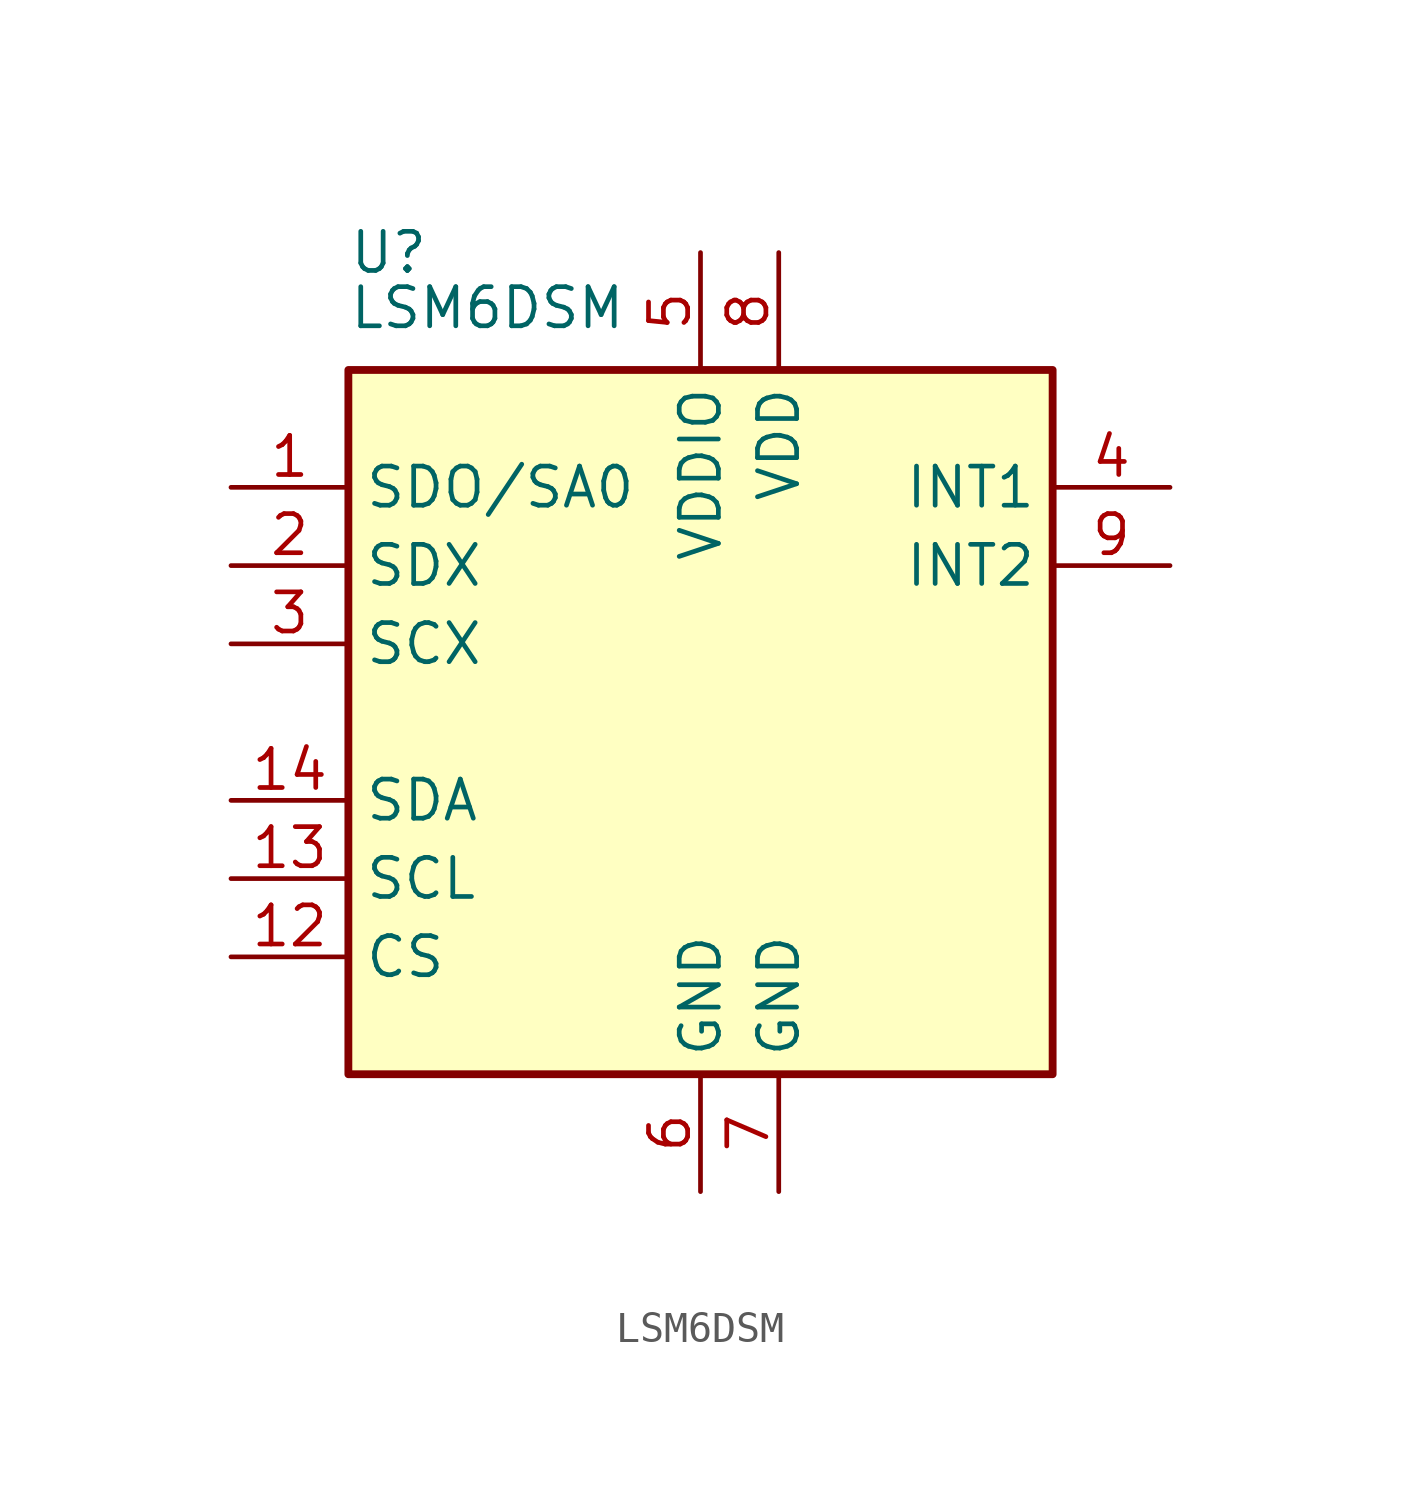
<source format=kicad_sym>
(kicad_symbol_lib
  (version 20201005)
  (generator kicad_symbol_editor)
  (symbol "LSM6DSM:LSM6DSM"
    (property "Reference" "U"
      (at -11.43 15.24 0)
      (effects (font (size 1.27 1.27)) (justify left)))
    (property "Value" "LSM6DSM"
      (at -11.43 12.7 0)
      (effects (font (size 1.27 1.27)) (justify left bottom)))
    (symbol "LSM6DSM_0_1"
      (rectangle (start 11.43 11.43) (end -11.43 -11.43) (stroke (width 0.254)) (fill (type background))))
    (symbol "LSM6DSM_1_1"
      (pin bidirectional line (at -15.24 7.62 0) (length 3.81) (name "SDO/SA0" (effects (font (size 1.27 1.27)))) (number "1" (effects (font (size 1.27 1.27)))))
      (pin no_connect line (at 10.16 -5.08 180) (length 3.81) hide (name "NC" (effects (font (size 1.27 1.27)))) (number "10" (effects (font (size 1.27 1.27)))))
      (pin no_connect line (at 10.16 -2.54 180) (length 3.81) hide (name "NC" (effects (font (size 1.27 1.27)))) (number "11" (effects (font (size 1.27 1.27)))))
      (pin input line (at -15.24 -7.62 0) (length 3.81) (name "CS" (effects (font (size 1.27 1.27)))) (number "12" (effects (font (size 1.27 1.27)))))
      (pin input line (at -15.24 -5.08 0) (length 3.81) (name "SCL" (effects (font (size 1.27 1.27)))) (number "13" (effects (font (size 1.27 1.27)))))
      (pin bidirectional line (at -15.24 -2.54 0) (length 3.81) (name "SDA" (effects (font (size 1.27 1.27)))) (number "14" (effects (font (size 1.27 1.27)))))
      (pin bidirectional line (at -15.24 5.08 0) (length 3.81) (name "SDX" (effects (font (size 1.27 1.27)))) (number "2" (effects (font (size 1.27 1.27)))))
      (pin input line (at -15.24 2.54 0) (length 3.81) (name "SCX" (effects (font (size 1.27 1.27)))) (number "3" (effects (font (size 1.27 1.27)))))
      (pin output line (at 15.24 7.62 180) (length 3.81) (name "INT1" (effects (font (size 1.27 1.27)))) (number "4" (effects (font (size 1.27 1.27)))))
      (pin power_in line (at 0 15.24 270) (length 3.81) (name "VDDIO" (effects (font (size 1.27 1.27)))) (number "5" (effects (font (size 1.27 1.27)))))
      (pin power_in line (at 0 -15.24 90) (length 3.81) (name "GND" (effects (font (size 1.27 1.27)))) (number "6" (effects (font (size 1.27 1.27)))))
      (pin power_in line (at 2.54 -15.24 90) (length 3.81) (name "GND" (effects (font (size 1.27 1.27)))) (number "7" (effects (font (size 1.27 1.27)))))
      (pin power_in line (at 2.54 15.24 270) (length 3.81) (name "VDD" (effects (font (size 1.27 1.27)))) (number "8" (effects (font (size 1.27 1.27)))))
      (pin output line (at 15.24 5.08 180) (length 3.81) (name "INT2" (effects (font (size 1.27 1.27)))) (number "9" (effects (font (size 1.27 1.27))))))))
</source>
